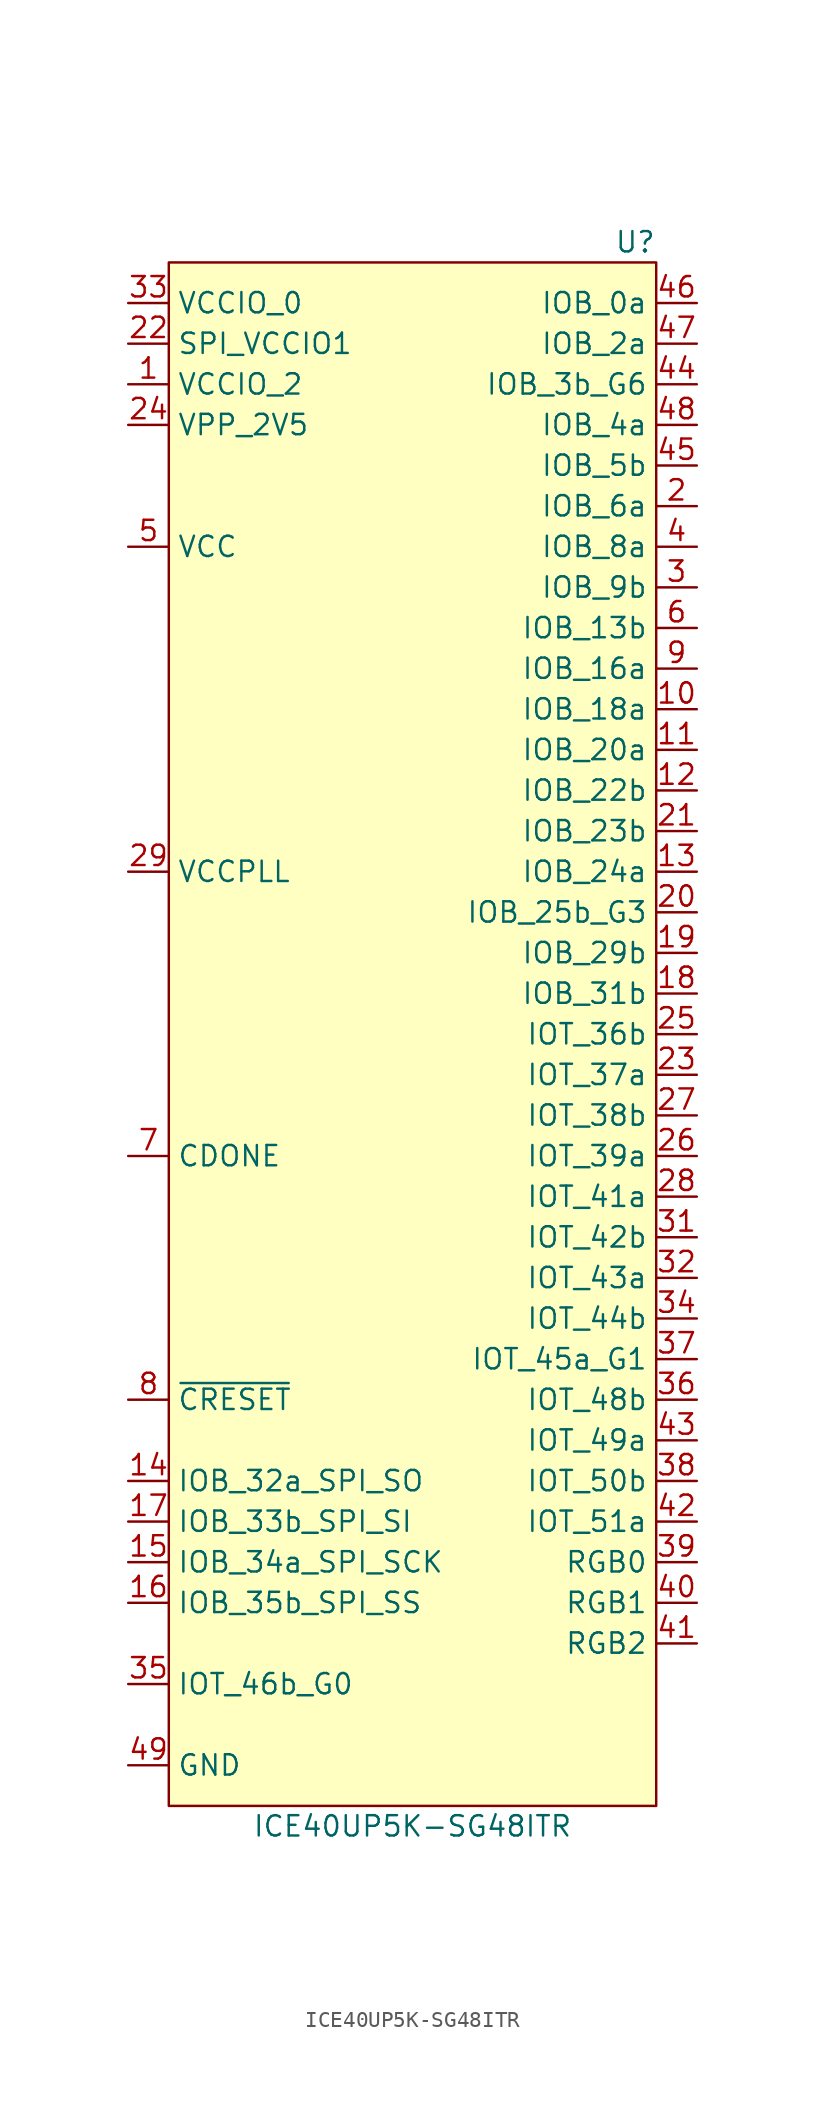
<source format=kicad_sym>
(kicad_symbol_lib
  (version 20231120)
  (generator "kicad_symbol_editor")
  (generator_version "8.99")
  (symbol "ICE40UP5K-SG48ITR"
    (property "Reference" "U"
      (at 15.24 46.99 0)
      (effects (font (size 1.27 1.27)) (justify right)))
    (property "Value" "ICE40UP5K-SG48ITR"
      (at 0 -52.07 0)
      (effects (font (size 1.27 1.27))))
    (symbol "ICE40UP5K-SG48ITR_0_1"
      (rectangle (start 15.24 45.72) (end -15.24 -50.8) (stroke (width 0) (type solid)) (fill (type background))))
    (symbol "ICE40UP5K-SG48ITR_1_1"
      (pin power_in line (at -17.78 38.1 0) (length 2.54) (name "VCCIO_2" (effects (font (size 1.27 1.27)))) (number "1" (effects (font (size 1.27 1.27)))))
      (pin bidirectional line (at 17.78 17.78 180) (length 2.54) (name "IOB_18a" (effects (font (size 1.27 1.27)))) (number "10" (effects (font (size 1.27 1.27)))))
      (pin bidirectional line (at 17.78 15.24 180) (length 2.54) (name "IOB_20a" (effects (font (size 1.27 1.27)))) (number "11" (effects (font (size 1.27 1.27)))))
      (pin bidirectional line (at 17.78 12.7 180) (length 2.54) (name "IOB_22b" (effects (font (size 1.27 1.27)))) (number "12" (effects (font (size 1.27 1.27)))))
      (pin bidirectional line (at 17.78 7.62 180) (length 2.54) (name "IOB_24a" (effects (font (size 1.27 1.27)))) (number "13" (effects (font (size 1.27 1.27)))))
      (pin bidirectional line (at -17.78 -30.48 0) (length 2.54) (name "IOB_32a_SPI_SO" (effects (font (size 1.27 1.27)))) (number "14" (effects (font (size 1.27 1.27)))))
      (pin bidirectional line (at -17.78 -35.56 0) (length 2.54) (name "IOB_34a_SPI_SCK" (effects (font (size 1.27 1.27)))) (number "15" (effects (font (size 1.27 1.27)))))
      (pin bidirectional line (at -17.78 -38.1 0) (length 2.54) (name "IOB_35b_SPI_SS" (effects (font (size 1.27 1.27)))) (number "16" (effects (font (size 1.27 1.27)))))
      (pin bidirectional line (at -17.78 -33.02 0) (length 2.54) (name "IOB_33b_SPI_SI" (effects (font (size 1.27 1.27)))) (number "17" (effects (font (size 1.27 1.27)))))
      (pin bidirectional line (at 17.78 0 180) (length 2.54) (name "IOB_31b" (effects (font (size 1.27 1.27)))) (number "18" (effects (font (size 1.27 1.27)))))
      (pin bidirectional line (at 17.78 2.54 180) (length 2.54) (name "IOB_29b" (effects (font (size 1.27 1.27)))) (number "19" (effects (font (size 1.27 1.27)))))
      (pin bidirectional line (at 17.78 30.48 180) (length 2.54) (name "IOB_6a" (effects (font (size 1.27 1.27)))) (number "2" (effects (font (size 1.27 1.27)))))
      (pin bidirectional line (at 17.78 5.08 180) (length 2.54) (name "IOB_25b_G3" (effects (font (size 1.27 1.27)))) (number "20" (effects (font (size 1.27 1.27)))))
      (pin bidirectional line (at 17.78 10.16 180) (length 2.54) (name "IOB_23b" (effects (font (size 1.27 1.27)))) (number "21" (effects (font (size 1.27 1.27)))))
      (pin power_in line (at -17.78 40.64 0) (length 2.54) (name "SPI_VCCIO1" (effects (font (size 1.27 1.27)))) (number "22" (effects (font (size 1.27 1.27)))))
      (pin bidirectional line (at 17.78 -5.08 180) (length 2.54) (name "IOT_37a" (effects (font (size 1.27 1.27)))) (number "23" (effects (font (size 1.27 1.27)))))
      (pin input line (at -17.78 35.56 0) (length 2.54) (name "VPP_2V5" (effects (font (size 1.27 1.27)))) (number "24" (effects (font (size 1.27 1.27)))))
      (pin bidirectional line (at 17.78 -2.54 180) (length 2.54) (name "IOT_36b" (effects (font (size 1.27 1.27)))) (number "25" (effects (font (size 1.27 1.27)))))
      (pin bidirectional line (at 17.78 -10.16 180) (length 2.54) (name "IOT_39a" (effects (font (size 1.27 1.27)))) (number "26" (effects (font (size 1.27 1.27)))))
      (pin bidirectional line (at 17.78 -7.62 180) (length 2.54) (name "IOT_38b" (effects (font (size 1.27 1.27)))) (number "27" (effects (font (size 1.27 1.27)))))
      (pin bidirectional line (at 17.78 -12.7 180) (length 2.54) (name "IOT_41a" (effects (font (size 1.27 1.27)))) (number "28" (effects (font (size 1.27 1.27)))))
      (pin power_out line (at -17.78 7.62 0) (length 2.54) (name "VCCPLL" (effects (font (size 1.27 1.27)))) (number "29" (effects (font (size 1.27 1.27)))))
      (pin bidirectional line (at 17.78 25.4 180) (length 2.54) (name "IOB_9b" (effects (font (size 1.27 1.27)))) (number "3" (effects (font (size 1.27 1.27)))))
      (pin passive line (at -17.78 27.94 0) (length 2.54) hide (name "VCC" (effects (font (size 1.27 1.27)))) (number "30" (effects (font (size 1.27 1.27)))))
      (pin bidirectional line (at 17.78 -15.24 180) (length 2.54) (name "IOT_42b" (effects (font (size 1.27 1.27)))) (number "31" (effects (font (size 1.27 1.27)))))
      (pin bidirectional line (at 17.78 -17.78 180) (length 2.54) (name "IOT_43a" (effects (font (size 1.27 1.27)))) (number "32" (effects (font (size 1.27 1.27)))))
      (pin power_in line (at -17.78 43.18 0) (length 2.54) (name "VCCIO_0" (effects (font (size 1.27 1.27)))) (number "33" (effects (font (size 1.27 1.27)))))
      (pin bidirectional line (at 17.78 -20.32 180) (length 2.54) (name "IOT_44b" (effects (font (size 1.27 1.27)))) (number "34" (effects (font (size 1.27 1.27)))))
      (pin bidirectional line (at -17.78 -43.18 0) (length 2.54) (name "IOT_46b_G0" (effects (font (size 1.27 1.27)))) (number "35" (effects (font (size 1.27 1.27)))))
      (pin bidirectional line (at 17.78 -25.4 180) (length 2.54) (name "IOT_48b" (effects (font (size 1.27 1.27)))) (number "36" (effects (font (size 1.27 1.27)))))
      (pin bidirectional line (at 17.78 -22.86 180) (length 2.54) (name "IOT_45a_G1" (effects (font (size 1.27 1.27)))) (number "37" (effects (font (size 1.27 1.27)))))
      (pin bidirectional line (at 17.78 -30.48 180) (length 2.54) (name "IOT_50b" (effects (font (size 1.27 1.27)))) (number "38" (effects (font (size 1.27 1.27)))))
      (pin open_collector line (at 17.78 -35.56 180) (length 2.54) (name "RGB0" (effects (font (size 1.27 1.27)))) (number "39" (effects (font (size 1.27 1.27)))))
      (pin bidirectional line (at 17.78 27.94 180) (length 2.54) (name "IOB_8a" (effects (font (size 1.27 1.27)))) (number "4" (effects (font (size 1.27 1.27)))))
      (pin open_collector line (at 17.78 -38.1 180) (length 2.54) (name "RGB1" (effects (font (size 1.27 1.27)))) (number "40" (effects (font (size 1.27 1.27)))))
      (pin open_collector line (at 17.78 -40.64 180) (length 2.54) (name "RGB2" (effects (font (size 1.27 1.27)))) (number "41" (effects (font (size 1.27 1.27)))))
      (pin bidirectional line (at 17.78 -33.02 180) (length 2.54) (name "IOT_51a" (effects (font (size 1.27 1.27)))) (number "42" (effects (font (size 1.27 1.27)))))
      (pin bidirectional line (at 17.78 -27.94 180) (length 2.54) (name "IOT_49a" (effects (font (size 1.27 1.27)))) (number "43" (effects (font (size 1.27 1.27)))))
      (pin bidirectional line (at 17.78 38.1 180) (length 2.54) (name "IOB_3b_G6" (effects (font (size 1.27 1.27)))) (number "44" (effects (font (size 1.27 1.27)))))
      (pin bidirectional line (at 17.78 33.02 180) (length 2.54) (name "IOB_5b" (effects (font (size 1.27 1.27)))) (number "45" (effects (font (size 1.27 1.27)))))
      (pin bidirectional line (at 17.78 43.18 180) (length 2.54) (name "IOB_0a" (effects (font (size 1.27 1.27)))) (number "46" (effects (font (size 1.27 1.27)))))
      (pin bidirectional line (at 17.78 40.64 180) (length 2.54) (name "IOB_2a" (effects (font (size 1.27 1.27)))) (number "47" (effects (font (size 1.27 1.27)))))
      (pin bidirectional line (at 17.78 35.56 180) (length 2.54) (name "IOB_4a" (effects (font (size 1.27 1.27)))) (number "48" (effects (font (size 1.27 1.27)))))
      (pin power_in line (at -17.78 -48.26 0) (length 2.54) (name "GND" (effects (font (size 1.27 1.27)))) (number "49" (effects (font (size 1.27 1.27)))))
      (pin power_in line (at -17.78 27.94 0) (length 2.54) (name "VCC" (effects (font (size 1.27 1.27)))) (number "5" (effects (font (size 1.27 1.27)))))
      (pin bidirectional line (at 17.78 22.86 180) (length 2.54) (name "IOB_13b" (effects (font (size 1.27 1.27)))) (number "6" (effects (font (size 1.27 1.27)))))
      (pin open_collector line (at -17.78 -10.16 0) (length 2.54) (name "CDONE" (effects (font (size 1.27 1.27)))) (number "7" (effects (font (size 1.27 1.27)))))
      (pin input line (at -17.78 -25.4 0) (length 2.54) (name "~{CRESET}" (effects (font (size 1.27 1.27)))) (number "8" (effects (font (size 1.27 1.27)))))
      (pin bidirectional line (at 17.78 20.32 180) (length 2.54) (name "IOB_16a" (effects (font (size 1.27 1.27)))) (number "9" (effects (font (size 1.27 1.27))))))))
</source>
